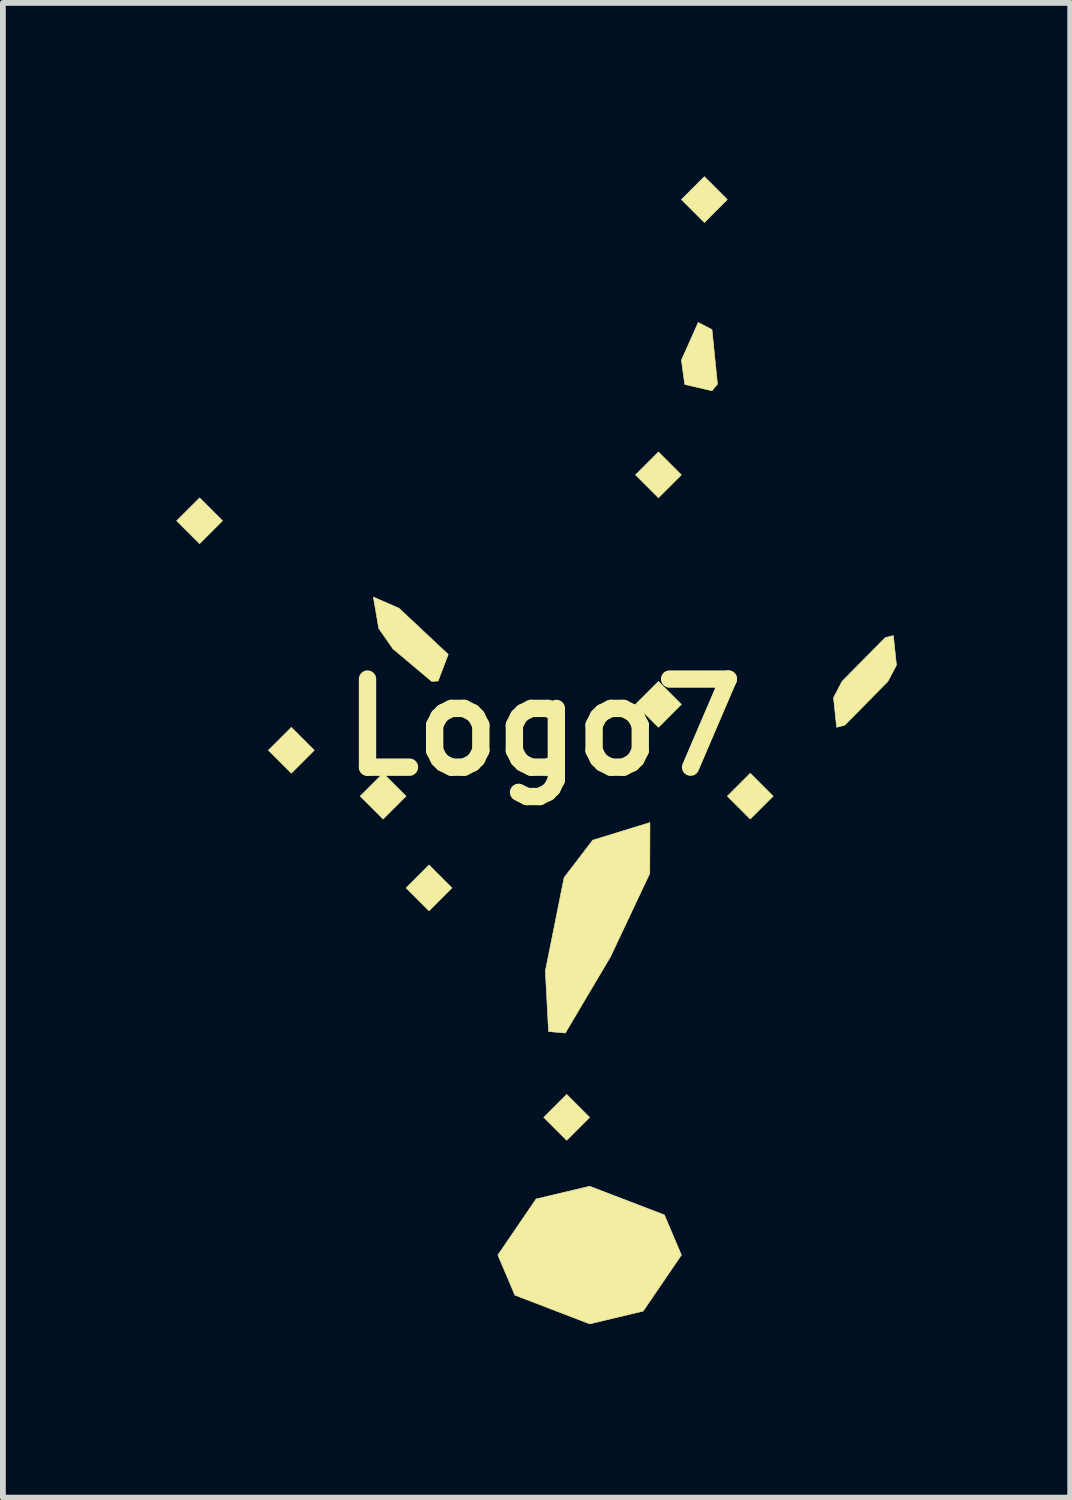
<source format=kicad_pcb>
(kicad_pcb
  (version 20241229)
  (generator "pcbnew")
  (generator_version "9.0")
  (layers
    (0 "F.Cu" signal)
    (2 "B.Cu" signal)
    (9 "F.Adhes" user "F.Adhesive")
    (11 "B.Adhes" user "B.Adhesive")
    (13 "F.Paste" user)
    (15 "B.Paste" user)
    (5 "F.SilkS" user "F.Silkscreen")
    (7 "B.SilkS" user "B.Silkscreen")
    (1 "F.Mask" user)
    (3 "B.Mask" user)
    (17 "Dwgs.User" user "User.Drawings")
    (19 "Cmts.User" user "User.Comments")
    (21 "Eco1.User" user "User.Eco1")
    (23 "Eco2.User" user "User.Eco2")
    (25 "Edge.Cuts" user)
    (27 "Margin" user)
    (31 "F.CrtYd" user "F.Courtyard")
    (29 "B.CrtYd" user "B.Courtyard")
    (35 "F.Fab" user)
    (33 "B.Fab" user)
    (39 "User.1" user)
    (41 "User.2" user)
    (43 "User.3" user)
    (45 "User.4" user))
  (footprint "Logo7"
    (layer "F.Cu")
    (at 6.355 9.53)
    (property "Reference" "Logo7" (at 0 0 0) (layer "F.SilkS") (effects (font (size 1.524 1.524) (thickness 0.3))))
    (attr through_hole)
    (fp_poly (pts (xy -5.556 -3.572) (xy -5.953 -3.175) (xy -6.35 -3.572) (xy -5.953 -3.969) (xy -5.556 -3.572)) (stroke (width 0.01) (type solid)) (fill yes) (layer "F.SilkS"))
    (fp_poly (pts (xy -3.969 0.397) (xy -4.366 0.794) (xy -4.763 0.397) (xy -4.366 0) (xy -3.969 0.397)) (stroke (width 0.01) (type solid)) (fill yes) (layer "F.SilkS"))
    (fp_poly (pts (xy -2.381 1.191) (xy -2.778 1.587) (xy -3.175 1.191) (xy -2.778 0.794) (xy -2.381 1.191)) (stroke (width 0.01) (type solid)) (fill yes) (layer "F.SilkS"))
    (fp_poly (pts (xy -1.587 2.778) (xy -1.984 3.175) (xy -2.381 2.778) (xy -1.984 2.381) (xy -1.587 2.778)) (stroke (width 0.01) (type solid)) (fill yes) (layer "F.SilkS"))
    (fp_poly (pts (xy 0.794 6.747) (xy 0.397 7.144) (xy 0 6.747) (xy 0.397 6.35) (xy 0.794 6.747)) (stroke (width 0.01) (type solid)) (fill yes) (layer "F.SilkS"))
    (fp_poly (pts (xy 2.381 -4.366) (xy 1.984 -3.969) (xy 1.587 -4.366) (xy 1.984 -4.763) (xy 2.381 -4.366)) (stroke (width 0.01) (type solid)) (fill yes) (layer "F.SilkS"))
    (fp_poly (pts (xy 2.381 -0.397) (xy 1.984 0) (xy 1.587 -0.397) (xy 1.984 -0.794) (xy 2.381 -0.397)) (stroke (width 0.01) (type solid)) (fill yes) (layer "F.SilkS"))
    (fp_poly (pts (xy 3.175 -9.128) (xy 2.778 -8.731) (xy 2.381 -9.128) (xy 2.778 -9.525) (xy 3.175 -9.128)) (stroke (width 0.01) (type solid)) (fill yes) (layer "F.SilkS"))
    (fp_poly (pts (xy 3.969 1.191) (xy 3.572 1.587) (xy 3.175 1.191) (xy 3.572 0.794) (xy 3.969 1.191)) (stroke (width 0.01) (type solid)) (fill yes) (layer "F.SilkS"))
    (fp_poly (pts (xy 2.91 -6.879) (xy 3.005 -5.937) (xy 2.91 -5.821) (xy 2.439 -5.93) (xy 2.381 -6.35) (xy 2.672 -7.003) (xy 2.91 -6.879)) (stroke (width 0.01) (type solid)) (fill yes) (layer "F.SilkS"))
    (fp_poly (pts (xy -2.504 -2.06) (xy -1.652 -1.261) (xy -1.827 -0.801) (xy -1.938 -0.794) (xy -2.609 -1.358) (xy -2.854 -1.71) (xy -2.947 -2.253) (xy -2.504 -2.06)) (stroke (width 0.01) (type solid)) (fill yes) (layer "F.SilkS"))
    (fp_poly (pts (xy 1.834 2.528) (xy 1.154 3.97) (xy 0.373 5.288) (xy 0.083 5.262) (xy 0.028 4.214) (xy 0.352 2.599) (xy 0.847 1.952) (xy 1.837 1.647) (xy 1.834 2.528)) (stroke (width 0.01) (type solid)) (fill yes) (layer "F.SilkS"))
    (fp_poly (pts (xy 2.087 8.434) (xy 2.381 9.128) (xy 1.72 10.098) (xy 0.794 10.319) (xy -0.499 9.822) (xy -0.794 9.128) (xy -0.132 8.158) (xy 0.794 7.938) (xy 2.087 8.434)) (stroke (width 0.01) (type solid)) (fill yes) (layer "F.SilkS"))
    (fp_poly (pts (xy 6.101 -1.075) (xy 5.953 -0.794) (xy 5.205 -0.036) (xy 5.066 0) (xy 5.012 -0.513) (xy 5.159 -0.794) (xy 5.907 -1.552) (xy 6.047 -1.587) (xy 6.101 -1.075)) (stroke (width 0.01) (type solid)) (fill yes) (layer "F.SilkS")))
  (gr_rect
    (start -3 -3)
    (end 15.461 22.854)
    (stroke (width 0.1) (type default))
    (fill no)
    (layer "Edge.Cuts")))
</source>
